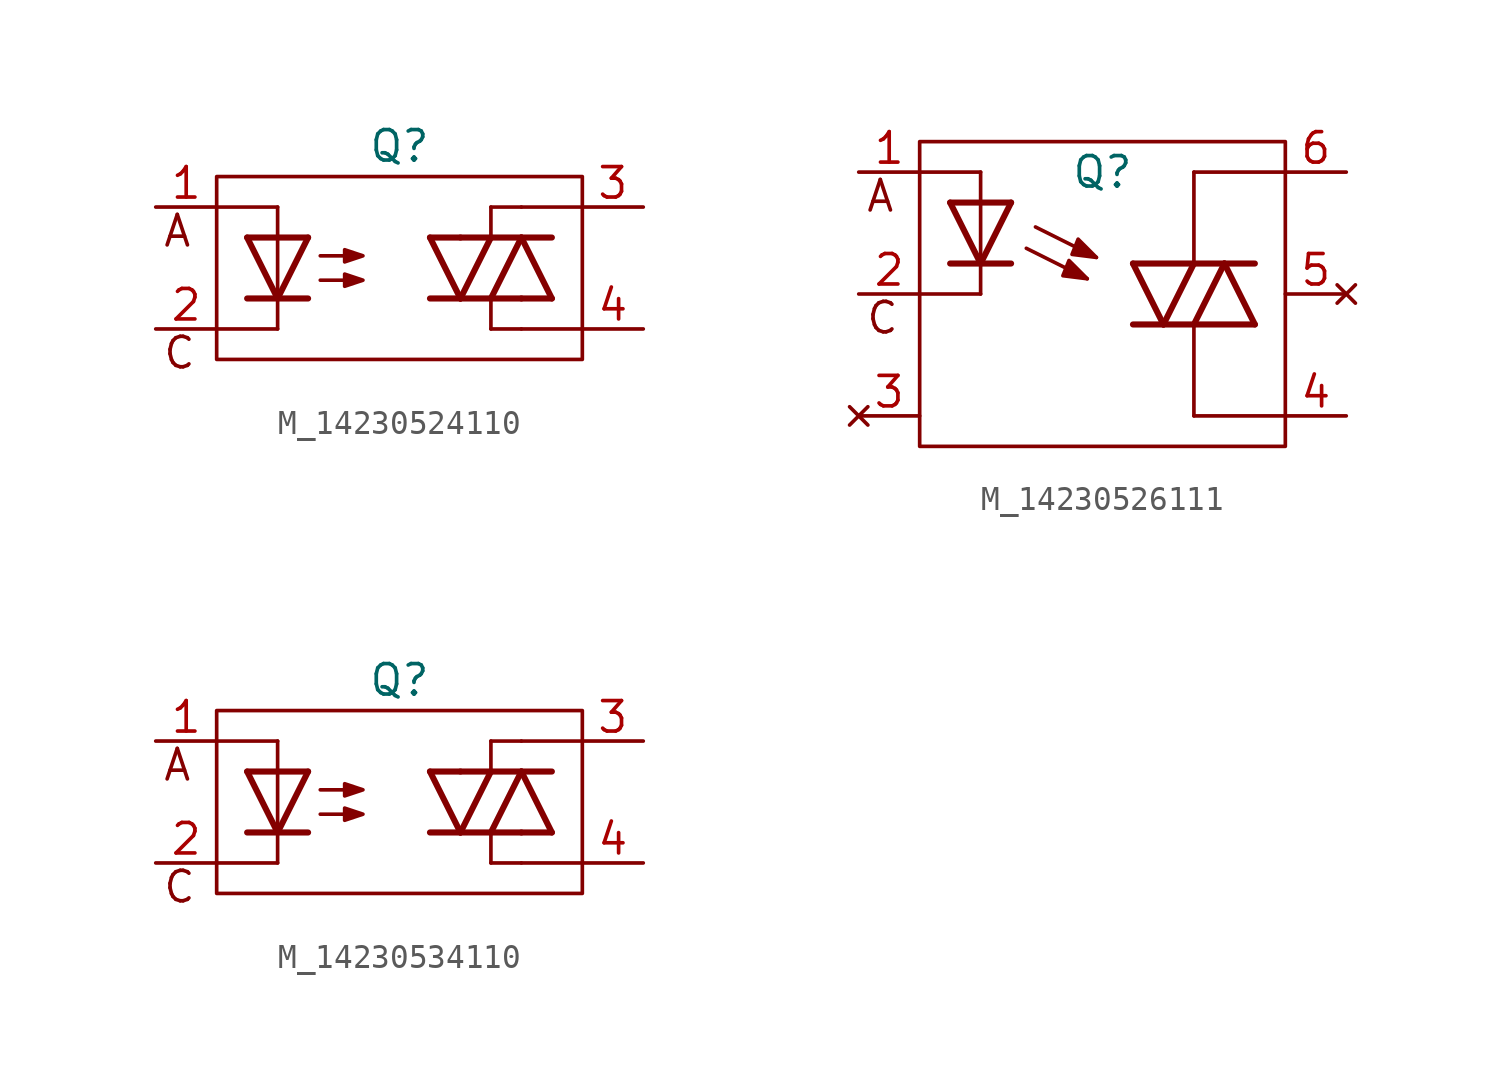
<source format=kicad_sym>
(kicad_symbol_lib
  (version 20220914)
  (generator kicad_symbol_editor)
  (symbol "M_14230524110"
    (pin_names hide)
    (property "Reference" "Q"
      (at 0 5.08 0)
      (effects (font (size 1.27 1.27))))
    (symbol "M_14230524110_0_0"
      (rectangle (start -7.62 3.81) (end 7.62 -3.81) (stroke (width 0) (type default)) (fill (type none)))
      (polyline (pts (xy -5.08 -2.54) (xy -7.62 -2.54)) (stroke (width 0.152) (type default)) (fill (type none)))
      (polyline (pts (xy -5.08 -1.27) (xy -6.35 -1.27)) (stroke (width 0.254) (type default)) (fill (type none)))
      (polyline (pts (xy -5.08 -1.27) (xy -6.35 1.27)) (stroke (width 0.254) (type default)) (fill (type none)))
      (polyline (pts (xy -5.08 -1.27) (xy -5.08 -2.54)) (stroke (width 0.152) (type default)) (fill (type none)))
      (polyline (pts (xy -5.08 1.27) (xy -6.35 1.27)) (stroke (width 0.254) (type default)) (fill (type none)))
      (polyline (pts (xy -5.08 1.27) (xy -5.08 -1.27)) (stroke (width 0.152) (type default)) (fill (type none)))
      (polyline (pts (xy -5.08 1.27) (xy -5.08 2.54)) (stroke (width 0.152) (type default)) (fill (type none)))
      (polyline (pts (xy -5.08 2.54) (xy -7.62 2.54)) (stroke (width 0.152) (type default)) (fill (type none)))
      (polyline (pts (xy -3.81 -1.27) (xy -5.08 -1.27)) (stroke (width 0.254) (type default)) (fill (type none)))
      (polyline (pts (xy -3.81 1.27) (xy -5.08 -1.27)) (stroke (width 0.254) (type default)) (fill (type none)))
      (polyline (pts (xy -3.81 1.27) (xy -5.08 1.27)) (stroke (width 0.254) (type default)) (fill (type none)))
      (polyline (pts (xy -3.302 -0.508) (xy -2.032 -0.508)) (stroke (width 0.152) (type default)) (fill (type none)))
      (polyline (pts (xy -3.302 0.508) (xy -2.032 0.508)) (stroke (width 0.152) (type default)) (fill (type none)))
      (polyline (pts (xy 2.54 -1.27) (xy 1.27 -1.27)) (stroke (width 0.254) (type default)) (fill (type none)))
      (polyline (pts (xy 2.54 -1.27) (xy 1.27 1.27)) (stroke (width 0.254) (type default)) (fill (type none)))
      (polyline (pts (xy 2.54 1.27) (xy 1.27 1.27)) (stroke (width 0.254) (type default)) (fill (type none)))
      (polyline (pts (xy 3.81 -2.54) (xy 5.08 -2.54)) (stroke (width 0.152) (type default)) (fill (type none)))
      (polyline (pts (xy 3.81 -1.27) (xy 2.54 -1.27)) (stroke (width 0.254) (type default)) (fill (type none)))
      (polyline (pts (xy 3.81 -1.27) (xy 3.81 -2.54)) (stroke (width 0.152) (type default)) (fill (type none)))
      (polyline (pts (xy 3.81 -1.27) (xy 5.08 -1.27)) (stroke (width 0.254) (type default)) (fill (type none)))
      (polyline (pts (xy 3.81 -1.27) (xy 5.08 1.27)) (stroke (width 0.254) (type default)) (fill (type none)))
      (polyline (pts (xy 3.81 1.27) (xy 2.54 -1.27)) (stroke (width 0.254) (type default)) (fill (type none)))
      (polyline (pts (xy 3.81 1.27) (xy 2.54 1.27)) (stroke (width 0.254) (type default)) (fill (type none)))
      (polyline (pts (xy 3.81 1.27) (xy 3.81 2.54)) (stroke (width 0.152) (type default)) (fill (type none)))
      (polyline (pts (xy 3.81 1.27) (xy 5.08 1.27)) (stroke (width 0.254) (type default)) (fill (type none)))
      (polyline (pts (xy 5.08 -1.27) (xy 6.35 -1.27)) (stroke (width 0.254) (type default)) (fill (type none)))
      (polyline (pts (xy 5.08 1.27) (xy 6.35 -1.27)) (stroke (width 0.254) (type default)) (fill (type none)))
      (polyline (pts (xy 5.08 1.27) (xy 6.35 1.27)) (stroke (width 0.254) (type default)) (fill (type none)))
      (polyline (pts (xy 5.08 2.54) (xy 3.81 2.54)) (stroke (width 0.152) (type default)) (fill (type none)))
      (polyline (pts (xy 7.62 -2.54) (xy 5.08 -2.54)) (stroke (width 0.152) (type default)) (fill (type none)))
      (polyline (pts (xy 7.62 2.54) (xy 5.08 2.54)) (stroke (width 0.152) (type default)) (fill (type none)))
      (polyline (pts (xy -2.286 -0.254) (xy -1.524 -0.508) (xy -2.286 -0.762) (xy -2.286 -0.254)) (stroke (width 0.152) (type default)) (fill (type outline)))
      (polyline (pts (xy -2.286 0.762) (xy -1.524 0.508) (xy -2.286 0.254) (xy -2.286 0.762)) (stroke (width 0.152) (type default)) (fill (type outline)))
      (text "A" (at -9.906 2.286 0) (effects (font (size 1.27 1.27)) (justify left top)))
      (text "C" (at -9.906 -2.794 0) (effects (font (size 1.27 1.27)) (justify left top))))
    (symbol "M_14230524110_1_0"
      (pin passive line (at -10.16 2.54 0) (length 2.54) (name "Anode" (effects (font (size 1.27 1.27)))) (number "1" (effects (font (size 1.27 1.27)))))
      (pin passive line (at -10.16 -2.54 0) (length 2.54) (name "Cathode" (effects (font (size 1.27 1.27)))) (number "2" (effects (font (size 1.27 1.27)))))
      (pin passive line (at 10.16 2.54 180) (length 2.54) (name "Teminal" (effects (font (size 1.27 1.27)))) (number "3" (effects (font (size 1.27 1.27)))))
      (pin passive line (at 10.16 -2.54 180) (length 2.54) (name "Teminal" (effects (font (size 1.27 1.27)))) (number "4" (effects (font (size 1.27 1.27)))))))
  (symbol "M_14230526111"
    (pin_names hide)
    (property "Reference" "Q"
      (at 0 5.08 0)
      (effects (font (size 1.27 1.27))))
    (symbol "M_14230526111_0_0"
      (rectangle (start -7.62 6.35) (end 7.62 -6.35) (stroke (width 0) (type default)) (fill (type none)))
      (polyline (pts (xy -5.08 0) (xy -7.62 0)) (stroke (width 0.152) (type default)) (fill (type none)))
      (polyline (pts (xy -5.08 1.27) (xy -6.35 1.27)) (stroke (width 0.254) (type default)) (fill (type none)))
      (polyline (pts (xy -5.08 1.27) (xy -6.35 3.81)) (stroke (width 0.254) (type default)) (fill (type none)))
      (polyline (pts (xy -5.08 1.27) (xy -5.08 0)) (stroke (width 0.152) (type default)) (fill (type none)))
      (polyline (pts (xy -5.08 3.81) (xy -6.35 3.81)) (stroke (width 0.254) (type default)) (fill (type none)))
      (polyline (pts (xy -5.08 3.81) (xy -5.08 1.27)) (stroke (width 0.152) (type default)) (fill (type none)))
      (polyline (pts (xy -5.08 3.81) (xy -5.08 5.08)) (stroke (width 0.152) (type default)) (fill (type none)))
      (polyline (pts (xy -5.08 5.08) (xy -7.62 5.08)) (stroke (width 0.152) (type default)) (fill (type none)))
      (polyline (pts (xy -3.81 1.27) (xy -5.08 1.27)) (stroke (width 0.254) (type default)) (fill (type none)))
      (polyline (pts (xy -3.81 3.81) (xy -5.08 1.27)) (stroke (width 0.254) (type default)) (fill (type none)))
      (polyline (pts (xy -3.81 3.81) (xy -5.08 3.81)) (stroke (width 0.254) (type default)) (fill (type none)))
      (polyline (pts (xy -3.175 1.905) (xy -0.635 0.635)) (stroke (width 0.152) (type default)) (fill (type none)))
      (polyline (pts (xy -2.794 2.794) (xy -0.254 1.524)) (stroke (width 0.152) (type default)) (fill (type none)))
      (polyline (pts (xy 2.54 -1.27) (xy 1.27 -1.27)) (stroke (width 0.254) (type default)) (fill (type none)))
      (polyline (pts (xy 2.54 -1.27) (xy 1.27 1.27)) (stroke (width 0.254) (type default)) (fill (type none)))
      (polyline (pts (xy 3.81 -1.27) (xy 2.54 -1.27)) (stroke (width 0.254) (type default)) (fill (type none)))
      (polyline (pts (xy 3.81 -1.27) (xy 3.81 -5.08)) (stroke (width 0.152) (type default)) (fill (type none)))
      (polyline (pts (xy 3.81 -1.27) (xy 5.08 1.27)) (stroke (width 0.254) (type default)) (fill (type none)))
      (polyline (pts (xy 3.81 -1.27) (xy 6.35 -1.27)) (stroke (width 0.254) (type default)) (fill (type none)))
      (polyline (pts (xy 3.81 1.27) (xy 1.27 1.27)) (stroke (width 0.254) (type default)) (fill (type none)))
      (polyline (pts (xy 3.81 1.27) (xy 2.54 -1.27)) (stroke (width 0.254) (type default)) (fill (type none)))
      (polyline (pts (xy 3.81 1.27) (xy 3.81 5.08)) (stroke (width 0.152) (type default)) (fill (type none)))
      (polyline (pts (xy 3.81 1.27) (xy 5.08 1.27)) (stroke (width 0.254) (type default)) (fill (type none)))
      (polyline (pts (xy 5.08 1.27) (xy 6.35 -1.27)) (stroke (width 0.254) (type default)) (fill (type none)))
      (polyline (pts (xy 5.08 1.27) (xy 6.35 1.27)) (stroke (width 0.254) (type default)) (fill (type none)))
      (polyline (pts (xy 7.62 -5.08) (xy 3.81 -5.08)) (stroke (width 0.152) (type default)) (fill (type none)))
      (polyline (pts (xy 7.62 5.08) (xy 3.81 5.08)) (stroke (width 0.152) (type default)) (fill (type none)))
      (polyline (pts (xy -1.397 1.397) (xy -0.635 0.635) (xy -1.651 0.762) (xy -1.397 1.397)) (stroke (width 0.152) (type default)) (fill (type outline)))
      (polyline (pts (xy -1.016 2.286) (xy -0.254 1.524) (xy -1.27 1.651) (xy -1.016 2.286)) (stroke (width 0.152) (type default)) (fill (type outline)))
      (text "A" (at -9.906 4.826 0) (effects (font (size 1.27 1.27)) (justify left top)))
      (text "C" (at -9.906 -0.254 0) (effects (font (size 1.27 1.27)) (justify left top))))
    (symbol "M_14230526111_1_0"
      (pin passive line (at -10.16 5.08 0) (length 2.54) (name "Anode" (effects (font (size 1.27 1.27)))) (number "1" (effects (font (size 1.27 1.27)))))
      (pin passive line (at -10.16 0 0) (length 2.54) (name "Cathode" (effects (font (size 1.27 1.27)))) (number "2" (effects (font (size 1.27 1.27)))))
      (pin no_connect line (at -10.16 -5.08 0) (length 2.54) (name "NC" (effects (font (size 1.27 1.27)))) (number "3" (effects (font (size 1.27 1.27)))))
      (pin passive line (at 10.16 -5.08 180) (length 2.54) (name "Teminal" (effects (font (size 1.27 1.27)))) (number "4" (effects (font (size 1.27 1.27)))))
      (pin no_connect line (at 10.16 0 180) (length 2.54) (name "NC" (effects (font (size 1.27 1.27)))) (number "5" (effects (font (size 1.27 1.27)))))
      (pin passive line (at 10.16 5.08 180) (length 2.54) (name "Teminal" (effects (font (size 1.27 1.27)))) (number "6" (effects (font (size 1.27 1.27)))))))
  (symbol "M_14230534110"
    (pin_names hide)
    (property "Reference" "Q"
      (at 0 5.08 0)
      (effects (font (size 1.27 1.27))))
    (symbol "M_14230534110_0_0"
      (rectangle (start -7.62 3.81) (end 7.62 -3.81) (stroke (width 0) (type default)) (fill (type none)))
      (polyline (pts (xy -5.08 -2.54) (xy -7.62 -2.54)) (stroke (width 0.152) (type default)) (fill (type none)))
      (polyline (pts (xy -5.08 -1.27) (xy -6.35 -1.27)) (stroke (width 0.254) (type default)) (fill (type none)))
      (polyline (pts (xy -5.08 -1.27) (xy -6.35 1.27)) (stroke (width 0.254) (type default)) (fill (type none)))
      (polyline (pts (xy -5.08 -1.27) (xy -5.08 -2.54)) (stroke (width 0.152) (type default)) (fill (type none)))
      (polyline (pts (xy -5.08 1.27) (xy -6.35 1.27)) (stroke (width 0.254) (type default)) (fill (type none)))
      (polyline (pts (xy -5.08 1.27) (xy -5.08 -1.27)) (stroke (width 0.152) (type default)) (fill (type none)))
      (polyline (pts (xy -5.08 1.27) (xy -5.08 2.54)) (stroke (width 0.152) (type default)) (fill (type none)))
      (polyline (pts (xy -5.08 2.54) (xy -7.62 2.54)) (stroke (width 0.152) (type default)) (fill (type none)))
      (polyline (pts (xy -3.81 -1.27) (xy -5.08 -1.27)) (stroke (width 0.254) (type default)) (fill (type none)))
      (polyline (pts (xy -3.81 1.27) (xy -5.08 -1.27)) (stroke (width 0.254) (type default)) (fill (type none)))
      (polyline (pts (xy -3.81 1.27) (xy -5.08 1.27)) (stroke (width 0.254) (type default)) (fill (type none)))
      (polyline (pts (xy -3.302 -0.508) (xy -2.032 -0.508)) (stroke (width 0.152) (type default)) (fill (type none)))
      (polyline (pts (xy -3.302 0.508) (xy -2.032 0.508)) (stroke (width 0.152) (type default)) (fill (type none)))
      (polyline (pts (xy 2.54 -1.27) (xy 1.27 -1.27)) (stroke (width 0.254) (type default)) (fill (type none)))
      (polyline (pts (xy 2.54 -1.27) (xy 1.27 1.27)) (stroke (width 0.254) (type default)) (fill (type none)))
      (polyline (pts (xy 2.54 1.27) (xy 1.27 1.27)) (stroke (width 0.254) (type default)) (fill (type none)))
      (polyline (pts (xy 3.81 -2.54) (xy 5.08 -2.54)) (stroke (width 0.152) (type default)) (fill (type none)))
      (polyline (pts (xy 3.81 -1.27) (xy 2.54 -1.27)) (stroke (width 0.254) (type default)) (fill (type none)))
      (polyline (pts (xy 3.81 -1.27) (xy 3.81 -2.54)) (stroke (width 0.152) (type default)) (fill (type none)))
      (polyline (pts (xy 3.81 -1.27) (xy 5.08 -1.27)) (stroke (width 0.254) (type default)) (fill (type none)))
      (polyline (pts (xy 3.81 -1.27) (xy 5.08 1.27)) (stroke (width 0.254) (type default)) (fill (type none)))
      (polyline (pts (xy 3.81 1.27) (xy 2.54 -1.27)) (stroke (width 0.254) (type default)) (fill (type none)))
      (polyline (pts (xy 3.81 1.27) (xy 2.54 1.27)) (stroke (width 0.254) (type default)) (fill (type none)))
      (polyline (pts (xy 3.81 1.27) (xy 3.81 2.54)) (stroke (width 0.152) (type default)) (fill (type none)))
      (polyline (pts (xy 3.81 1.27) (xy 5.08 1.27)) (stroke (width 0.254) (type default)) (fill (type none)))
      (polyline (pts (xy 5.08 -1.27) (xy 6.35 -1.27)) (stroke (width 0.254) (type default)) (fill (type none)))
      (polyline (pts (xy 5.08 1.27) (xy 6.35 -1.27)) (stroke (width 0.254) (type default)) (fill (type none)))
      (polyline (pts (xy 5.08 1.27) (xy 6.35 1.27)) (stroke (width 0.254) (type default)) (fill (type none)))
      (polyline (pts (xy 5.08 2.54) (xy 3.81 2.54)) (stroke (width 0.152) (type default)) (fill (type none)))
      (polyline (pts (xy 7.62 -2.54) (xy 5.08 -2.54)) (stroke (width 0.152) (type default)) (fill (type none)))
      (polyline (pts (xy 7.62 2.54) (xy 5.08 2.54)) (stroke (width 0.152) (type default)) (fill (type none)))
      (polyline (pts (xy -2.286 -0.254) (xy -1.524 -0.508) (xy -2.286 -0.762) (xy -2.286 -0.254)) (stroke (width 0.152) (type default)) (fill (type outline)))
      (polyline (pts (xy -2.286 0.762) (xy -1.524 0.508) (xy -2.286 0.254) (xy -2.286 0.762)) (stroke (width 0.152) (type default)) (fill (type outline)))
      (text "A" (at -9.906 2.286 0) (effects (font (size 1.27 1.27)) (justify left top)))
      (text "C" (at -9.906 -2.794 0) (effects (font (size 1.27 1.27)) (justify left top))))
    (symbol "M_14230534110_1_0"
      (pin passive line (at -10.16 2.54 0) (length 2.54) (name "Anode" (effects (font (size 1.27 1.27)))) (number "1" (effects (font (size 1.27 1.27)))))
      (pin passive line (at -10.16 -2.54 0) (length 2.54) (name "Cathode" (effects (font (size 1.27 1.27)))) (number "2" (effects (font (size 1.27 1.27)))))
      (pin passive line (at 10.16 2.54 180) (length 2.54) (name "Teminal" (effects (font (size 1.27 1.27)))) (number "3" (effects (font (size 1.27 1.27)))))
      (pin passive line (at 10.16 -2.54 180) (length 2.54) (name "Teminal" (effects (font (size 1.27 1.27)))) (number "4" (effects (font (size 1.27 1.27))))))))
</source>
